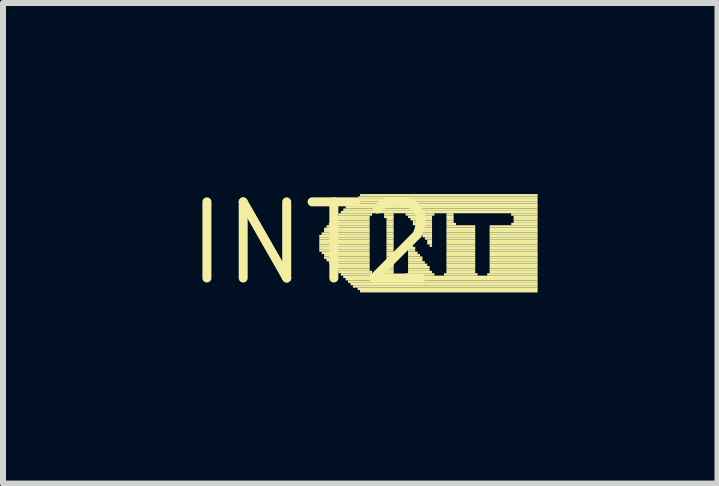
<source format=kicad_pcb>
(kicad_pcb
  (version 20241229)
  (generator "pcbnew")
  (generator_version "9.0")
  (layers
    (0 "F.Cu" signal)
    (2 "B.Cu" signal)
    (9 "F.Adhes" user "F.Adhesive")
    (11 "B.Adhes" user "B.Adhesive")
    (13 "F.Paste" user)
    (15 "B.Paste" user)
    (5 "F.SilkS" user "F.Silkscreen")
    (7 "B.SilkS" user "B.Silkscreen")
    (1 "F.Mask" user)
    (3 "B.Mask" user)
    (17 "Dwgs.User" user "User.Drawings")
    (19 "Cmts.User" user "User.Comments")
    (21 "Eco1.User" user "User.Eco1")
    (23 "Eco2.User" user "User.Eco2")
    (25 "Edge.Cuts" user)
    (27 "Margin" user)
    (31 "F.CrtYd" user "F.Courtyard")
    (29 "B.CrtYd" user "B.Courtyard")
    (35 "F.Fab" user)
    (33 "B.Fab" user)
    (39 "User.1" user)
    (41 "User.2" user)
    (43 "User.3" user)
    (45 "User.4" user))
  (footprint "INT2"
    (layer "F.Cu")
    (at 2.154 1.006)
    (property "Reference" "INT2" (at 0 0 0) (layer "F.SilkS") (effects (font (size 1.27 1.27) (thickness 0.15))))
    (fp_poly (pts (xy 0.12 -0.1) (xy 0.96 -0.1) (xy 0.96 -0.14) (xy 0.12 -0.14)) (stroke (width 0) (type solid)) (fill yes) (layer "F.SilkS"))
    (fp_poly (pts (xy 0.12 -0.06) (xy 0.96 -0.06) (xy 0.96 -0.1) (xy 0.12 -0.1)) (stroke (width 0) (type solid)) (fill yes) (layer "F.SilkS"))
    (fp_poly (pts (xy 0.12 -0.02) (xy 0.96 -0.02) (xy 0.96 -0.06) (xy 0.12 -0.06)) (stroke (width 0) (type solid)) (fill yes) (layer "F.SilkS"))
    (fp_poly (pts (xy 0.12 0.02) (xy 0.96 0.02) (xy 0.96 -0.02) (xy 0.12 -0.02)) (stroke (width 0) (type solid)) (fill yes) (layer "F.SilkS"))
    (fp_poly (pts (xy 0.12 0.06) (xy 0.96 0.06) (xy 0.96 0.02) (xy 0.12 0.02)) (stroke (width 0) (type solid)) (fill yes) (layer "F.SilkS"))
    (fp_poly (pts (xy 0.12 0.1) (xy 0.96 0.1) (xy 0.96 0.06) (xy 0.12 0.06)) (stroke (width 0) (type solid)) (fill yes) (layer "F.SilkS"))
    (fp_poly (pts (xy 0.12 0.14) (xy 0.96 0.14) (xy 0.96 0.1) (xy 0.12 0.1)) (stroke (width 0) (type solid)) (fill yes) (layer "F.SilkS"))
    (fp_poly (pts (xy 0.16 -0.14) (xy 0.96 -0.14) (xy 0.96 -0.18) (xy 0.16 -0.18)) (stroke (width 0) (type solid)) (fill yes) (layer "F.SilkS"))
    (fp_poly (pts (xy 0.16 0.18) (xy 0.96 0.18) (xy 0.96 0.14) (xy 0.16 0.14)) (stroke (width 0) (type solid)) (fill yes) (layer "F.SilkS"))
    (fp_poly (pts (xy 0.2 -0.22) (xy 0.96 -0.22) (xy 0.96 -0.26) (xy 0.2 -0.26)) (stroke (width 0) (type solid)) (fill yes) (layer "F.SilkS"))
    (fp_poly (pts (xy 0.2 -0.18) (xy 0.96 -0.18) (xy 0.96 -0.22) (xy 0.2 -0.22)) (stroke (width 0) (type solid)) (fill yes) (layer "F.SilkS"))
    (fp_poly (pts (xy 0.2 0.22) (xy 0.96 0.22) (xy 0.96 0.18) (xy 0.2 0.18)) (stroke (width 0) (type solid)) (fill yes) (layer "F.SilkS"))
    (fp_poly (pts (xy 0.2 0.26) (xy 0.96 0.26) (xy 0.96 0.22) (xy 0.2 0.22)) (stroke (width 0) (type solid)) (fill yes) (layer "F.SilkS"))
    (fp_poly (pts (xy 0.24 -0.26) (xy 0.96 -0.26) (xy 0.96 -0.3) (xy 0.24 -0.3)) (stroke (width 0) (type solid)) (fill yes) (layer "F.SilkS"))
    (fp_poly (pts (xy 0.24 0.3) (xy 0.96 0.3) (xy 0.96 0.26) (xy 0.24 0.26)) (stroke (width 0) (type solid)) (fill yes) (layer "F.SilkS"))
    (fp_poly (pts (xy 0.28 -0.3) (xy 0.96 -0.3) (xy 0.96 -0.34) (xy 0.28 -0.34)) (stroke (width 0) (type solid)) (fill yes) (layer "F.SilkS"))
    (fp_poly (pts (xy 0.28 0.34) (xy 0.96 0.34) (xy 0.96 0.3) (xy 0.28 0.3)) (stroke (width 0) (type solid)) (fill yes) (layer "F.SilkS"))
    (fp_poly (pts (xy 0.32 -0.34) (xy 0.96 -0.34) (xy 0.96 -0.38) (xy 0.32 -0.38)) (stroke (width 0) (type solid)) (fill yes) (layer "F.SilkS"))
    (fp_poly (pts (xy 0.32 0.38) (xy 0.96 0.38) (xy 0.96 0.34) (xy 0.32 0.34)) (stroke (width 0) (type solid)) (fill yes) (layer "F.SilkS"))
    (fp_poly (pts (xy 0.36 -0.38) (xy 0.96 -0.38) (xy 0.96 -0.42) (xy 0.36 -0.42)) (stroke (width 0) (type solid)) (fill yes) (layer "F.SilkS"))
    (fp_poly (pts (xy 0.36 0.42) (xy 0.96 0.42) (xy 0.96 0.38) (xy 0.36 0.38)) (stroke (width 0) (type solid)) (fill yes) (layer "F.SilkS"))
    (fp_poly (pts (xy 0.4 -0.42) (xy 0.96 -0.42) (xy 0.96 -0.46) (xy 0.4 -0.46)) (stroke (width 0) (type solid)) (fill yes) (layer "F.SilkS"))
    (fp_poly (pts (xy 0.4 0.46) (xy 0.96 0.46) (xy 0.96 0.42) (xy 0.4 0.42)) (stroke (width 0) (type solid)) (fill yes) (layer "F.SilkS"))
    (fp_poly (pts (xy 0.44 -0.46) (xy 1 -0.46) (xy 1 -0.5) (xy 0.44 -0.5)) (stroke (width 0) (type solid)) (fill yes) (layer "F.SilkS"))
    (fp_poly (pts (xy 0.44 0.5) (xy 1 0.5) (xy 1 0.46) (xy 0.44 0.46)) (stroke (width 0) (type solid)) (fill yes) (layer "F.SilkS"))
    (fp_poly (pts (xy 0.48 -0.5) (xy 3.76 -0.5) (xy 3.76 -0.54) (xy 0.48 -0.54)) (stroke (width 0) (type solid)) (fill yes) (layer "F.SilkS"))
    (fp_poly (pts (xy 0.48 0.54) (xy 1 0.54) (xy 1 0.5) (xy 0.48 0.5)) (stroke (width 0) (type solid)) (fill yes) (layer "F.SilkS"))
    (fp_poly (pts (xy 0.52 -0.54) (xy 3.76 -0.54) (xy 3.76 -0.58) (xy 0.52 -0.58)) (stroke (width 0) (type solid)) (fill yes) (layer "F.SilkS"))
    (fp_poly (pts (xy 0.52 0.58) (xy 3.76 0.58) (xy 3.76 0.54) (xy 0.52 0.54)) (stroke (width 0) (type solid)) (fill yes) (layer "F.SilkS"))
    (fp_poly (pts (xy 0.56 -0.58) (xy 3.76 -0.58) (xy 3.76 -0.62) (xy 0.56 -0.62)) (stroke (width 0) (type solid)) (fill yes) (layer "F.SilkS"))
    (fp_poly (pts (xy 0.56 0.62) (xy 3.76 0.62) (xy 3.76 0.58) (xy 0.56 0.58)) (stroke (width 0) (type solid)) (fill yes) (layer "F.SilkS"))
    (fp_poly (pts (xy 0.6 -0.62) (xy 3.76 -0.62) (xy 3.76 -0.66) (xy 0.6 -0.66)) (stroke (width 0) (type solid)) (fill yes) (layer "F.SilkS"))
    (fp_poly (pts (xy 0.6 0.66) (xy 3.76 0.66) (xy 3.76 0.62) (xy 0.6 0.62)) (stroke (width 0) (type solid)) (fill yes) (layer "F.SilkS"))
    (fp_poly (pts (xy 0.64 -0.66) (xy 3.76 -0.66) (xy 3.76 -0.7) (xy 0.64 -0.7)) (stroke (width 0) (type solid)) (fill yes) (layer "F.SilkS"))
    (fp_poly (pts (xy 0.64 0.7) (xy 3.76 0.7) (xy 3.76 0.66) (xy 0.64 0.66)) (stroke (width 0) (type solid)) (fill yes) (layer "F.SilkS"))
    (fp_poly (pts (xy 0.68 -0.7) (xy 3.76 -0.7) (xy 3.76 -0.74) (xy 0.68 -0.74)) (stroke (width 0) (type solid)) (fill yes) (layer "F.SilkS"))
    (fp_poly (pts (xy 0.68 0.74) (xy 3.76 0.74) (xy 3.76 0.7) (xy 0.68 0.7)) (stroke (width 0) (type solid)) (fill yes) (layer "F.SilkS"))
    (fp_poly (pts (xy 0.76 -0.74) (xy 3.76 -0.74) (xy 3.76 -0.78) (xy 0.76 -0.78)) (stroke (width 0) (type solid)) (fill yes) (layer "F.SilkS"))
    (fp_poly (pts (xy 0.76 0.78) (xy 3.76 0.78) (xy 3.76 0.74) (xy 0.76 0.74)) (stroke (width 0) (type solid)) (fill yes) (layer "F.SilkS"))
    (fp_poly (pts (xy 0.8 -0.78) (xy 3.76 -0.78) (xy 3.76 -0.82) (xy 0.8 -0.82)) (stroke (width 0) (type solid)) (fill yes) (layer "F.SilkS"))
    (fp_poly (pts (xy 0.8 0.82) (xy 3.76 0.82) (xy 3.76 0.78) (xy 0.8 0.78)) (stroke (width 0) (type solid)) (fill yes) (layer "F.SilkS"))
    (fp_poly (pts (xy 1.2 -0.46) (xy 1.36 -0.46) (xy 1.36 -0.5) (xy 1.2 -0.5)) (stroke (width 0) (type solid)) (fill yes) (layer "F.SilkS"))
    (fp_poly (pts (xy 1.2 -0.42) (xy 1.36 -0.42) (xy 1.36 -0.46) (xy 1.2 -0.46)) (stroke (width 0) (type solid)) (fill yes) (layer "F.SilkS"))
    (fp_poly (pts (xy 1.2 0.5) (xy 1.36 0.5) (xy 1.36 0.46) (xy 1.2 0.46)) (stroke (width 0) (type solid)) (fill yes) (layer "F.SilkS"))
    (fp_poly (pts (xy 1.2 0.54) (xy 1.36 0.54) (xy 1.36 0.5) (xy 1.2 0.5)) (stroke (width 0) (type solid)) (fill yes) (layer "F.SilkS"))
    (fp_poly (pts (xy 1.24 -0.38) (xy 1.36 -0.38) (xy 1.36 -0.42) (xy 1.24 -0.42)) (stroke (width 0) (type solid)) (fill yes) (layer "F.SilkS"))
    (fp_poly (pts (xy 1.24 -0.34) (xy 1.36 -0.34) (xy 1.36 -0.38) (xy 1.24 -0.38)) (stroke (width 0) (type solid)) (fill yes) (layer "F.SilkS"))
    (fp_poly (pts (xy 1.24 -0.3) (xy 1.36 -0.3) (xy 1.36 -0.34) (xy 1.24 -0.34)) (stroke (width 0) (type solid)) (fill yes) (layer "F.SilkS"))
    (fp_poly (pts (xy 1.24 -0.26) (xy 1.36 -0.26) (xy 1.36 -0.3) (xy 1.24 -0.3)) (stroke (width 0) (type solid)) (fill yes) (layer "F.SilkS"))
    (fp_poly (pts (xy 1.24 -0.22) (xy 1.36 -0.22) (xy 1.36 -0.26) (xy 1.24 -0.26)) (stroke (width 0) (type solid)) (fill yes) (layer "F.SilkS"))
    (fp_poly (pts (xy 1.24 -0.18) (xy 1.36 -0.18) (xy 1.36 -0.22) (xy 1.24 -0.22)) (stroke (width 0) (type solid)) (fill yes) (layer "F.SilkS"))
    (fp_poly (pts (xy 1.24 -0.14) (xy 1.36 -0.14) (xy 1.36 -0.18) (xy 1.24 -0.18)) (stroke (width 0) (type solid)) (fill yes) (layer "F.SilkS"))
    (fp_poly (pts (xy 1.24 -0.1) (xy 1.36 -0.1) (xy 1.36 -0.14) (xy 1.24 -0.14)) (stroke (width 0) (type solid)) (fill yes) (layer "F.SilkS"))
    (fp_poly (pts (xy 1.24 -0.06) (xy 1.36 -0.06) (xy 1.36 -0.1) (xy 1.24 -0.1)) (stroke (width 0) (type solid)) (fill yes) (layer "F.SilkS"))
    (fp_poly (pts (xy 1.24 -0.02) (xy 1.36 -0.02) (xy 1.36 -0.06) (xy 1.24 -0.06)) (stroke (width 0) (type solid)) (fill yes) (layer "F.SilkS"))
    (fp_poly (pts (xy 1.24 0.02) (xy 1.36 0.02) (xy 1.36 -0.02) (xy 1.24 -0.02)) (stroke (width 0) (type solid)) (fill yes) (layer "F.SilkS"))
    (fp_poly (pts (xy 1.24 0.06) (xy 1.36 0.06) (xy 1.36 0.02) (xy 1.24 0.02)) (stroke (width 0) (type solid)) (fill yes) (layer "F.SilkS"))
    (fp_poly (pts (xy 1.24 0.1) (xy 1.36 0.1) (xy 1.36 0.06) (xy 1.24 0.06)) (stroke (width 0) (type solid)) (fill yes) (layer "F.SilkS"))
    (fp_poly (pts (xy 1.24 0.14) (xy 1.36 0.14) (xy 1.36 0.1) (xy 1.24 0.1)) (stroke (width 0) (type solid)) (fill yes) (layer "F.SilkS"))
    (fp_poly (pts (xy 1.24 0.18) (xy 1.36 0.18) (xy 1.36 0.14) (xy 1.24 0.14)) (stroke (width 0) (type solid)) (fill yes) (layer "F.SilkS"))
    (fp_poly (pts (xy 1.24 0.22) (xy 1.36 0.22) (xy 1.36 0.18) (xy 1.24 0.18)) (stroke (width 0) (type solid)) (fill yes) (layer "F.SilkS"))
    (fp_poly (pts (xy 1.24 0.26) (xy 1.36 0.26) (xy 1.36 0.22) (xy 1.24 0.22)) (stroke (width 0) (type solid)) (fill yes) (layer "F.SilkS"))
    (fp_poly (pts (xy 1.24 0.3) (xy 1.36 0.3) (xy 1.36 0.26) (xy 1.24 0.26)) (stroke (width 0) (type solid)) (fill yes) (layer "F.SilkS"))
    (fp_poly (pts (xy 1.24 0.34) (xy 1.36 0.34) (xy 1.36 0.3) (xy 1.24 0.3)) (stroke (width 0) (type solid)) (fill yes) (layer "F.SilkS"))
    (fp_poly (pts (xy 1.24 0.38) (xy 1.36 0.38) (xy 1.36 0.34) (xy 1.24 0.34)) (stroke (width 0) (type solid)) (fill yes) (layer "F.SilkS"))
    (fp_poly (pts (xy 1.24 0.42) (xy 1.36 0.42) (xy 1.36 0.38) (xy 1.24 0.38)) (stroke (width 0) (type solid)) (fill yes) (layer "F.SilkS"))
    (fp_poly (pts (xy 1.24 0.46) (xy 1.36 0.46) (xy 1.36 0.42) (xy 1.24 0.42)) (stroke (width 0) (type solid)) (fill yes) (layer "F.SilkS"))
    (fp_poly (pts (xy 1.56 -0.46) (xy 2.04 -0.46) (xy 2.04 -0.5) (xy 1.56 -0.5)) (stroke (width 0) (type solid)) (fill yes) (layer "F.SilkS"))
    (fp_poly (pts (xy 1.56 0.54) (xy 2.04 0.54) (xy 2.04 0.5) (xy 1.56 0.5)) (stroke (width 0) (type solid)) (fill yes) (layer "F.SilkS"))
    (fp_poly (pts (xy 1.6 -0.42) (xy 2 -0.42) (xy 2 -0.46) (xy 1.6 -0.46)) (stroke (width 0) (type solid)) (fill yes) (layer "F.SilkS"))
    (fp_poly (pts (xy 1.6 0.02) (xy 1.64 0.02) (xy 1.64 -0.02) (xy 1.6 -0.02)) (stroke (width 0) (type solid)) (fill yes) (layer "F.SilkS"))
    (fp_poly (pts (xy 1.6 0.06) (xy 1.68 0.06) (xy 1.68 0.02) (xy 1.6 0.02)) (stroke (width 0) (type solid)) (fill yes) (layer "F.SilkS"))
    (fp_poly (pts (xy 1.6 0.1) (xy 1.72 0.1) (xy 1.72 0.06) (xy 1.6 0.06)) (stroke (width 0) (type solid)) (fill yes) (layer "F.SilkS"))
    (fp_poly (pts (xy 1.6 0.14) (xy 1.72 0.14) (xy 1.72 0.1) (xy 1.6 0.1)) (stroke (width 0) (type solid)) (fill yes) (layer "F.SilkS"))
    (fp_poly (pts (xy 1.6 0.18) (xy 1.76 0.18) (xy 1.76 0.14) (xy 1.6 0.14)) (stroke (width 0) (type solid)) (fill yes) (layer "F.SilkS"))
    (fp_poly (pts (xy 1.6 0.22) (xy 1.8 0.22) (xy 1.8 0.18) (xy 1.6 0.18)) (stroke (width 0) (type solid)) (fill yes) (layer "F.SilkS"))
    (fp_poly (pts (xy 1.6 0.26) (xy 1.84 0.26) (xy 1.84 0.22) (xy 1.6 0.22)) (stroke (width 0) (type solid)) (fill yes) (layer "F.SilkS"))
    (fp_poly (pts (xy 1.6 0.3) (xy 1.84 0.3) (xy 1.84 0.26) (xy 1.6 0.26)) (stroke (width 0) (type solid)) (fill yes) (layer "F.SilkS"))
    (fp_poly (pts (xy 1.6 0.34) (xy 1.88 0.34) (xy 1.88 0.3) (xy 1.6 0.3)) (stroke (width 0) (type solid)) (fill yes) (layer "F.SilkS"))
    (fp_poly (pts (xy 1.6 0.38) (xy 1.92 0.38) (xy 1.92 0.34) (xy 1.6 0.34)) (stroke (width 0) (type solid)) (fill yes) (layer "F.SilkS"))
    (fp_poly (pts (xy 1.6 0.42) (xy 1.96 0.42) (xy 1.96 0.38) (xy 1.6 0.38)) (stroke (width 0) (type solid)) (fill yes) (layer "F.SilkS"))
    (fp_poly (pts (xy 1.6 0.46) (xy 1.96 0.46) (xy 1.96 0.42) (xy 1.6 0.42)) (stroke (width 0) (type solid)) (fill yes) (layer "F.SilkS"))
    (fp_poly (pts (xy 1.6 0.5) (xy 2 0.5) (xy 2 0.46) (xy 1.6 0.46)) (stroke (width 0) (type solid)) (fill yes) (layer "F.SilkS"))
    (fp_poly (pts (xy 1.64 -0.38) (xy 2 -0.38) (xy 2 -0.42) (xy 1.64 -0.42)) (stroke (width 0) (type solid)) (fill yes) (layer "F.SilkS"))
    (fp_poly (pts (xy 1.68 -0.34) (xy 2 -0.34) (xy 2 -0.38) (xy 1.68 -0.38)) (stroke (width 0) (type solid)) (fill yes) (layer "F.SilkS"))
    (fp_poly (pts (xy 1.68 -0.3) (xy 2 -0.3) (xy 2 -0.34) (xy 1.68 -0.34)) (stroke (width 0) (type solid)) (fill yes) (layer "F.SilkS"))
    (fp_poly (pts (xy 1.72 -0.26) (xy 2 -0.26) (xy 2 -0.3) (xy 1.72 -0.3)) (stroke (width 0) (type solid)) (fill yes) (layer "F.SilkS"))
    (fp_poly (pts (xy 1.76 -0.22) (xy 2 -0.22) (xy 2 -0.26) (xy 1.76 -0.26)) (stroke (width 0) (type solid)) (fill yes) (layer "F.SilkS"))
    (fp_poly (pts (xy 1.8 -0.18) (xy 2 -0.18) (xy 2 -0.22) (xy 1.8 -0.22)) (stroke (width 0) (type solid)) (fill yes) (layer "F.SilkS"))
    (fp_poly (pts (xy 1.8 -0.14) (xy 2 -0.14) (xy 2 -0.18) (xy 1.8 -0.18)) (stroke (width 0) (type solid)) (fill yes) (layer "F.SilkS"))
    (fp_poly (pts (xy 1.84 -0.1) (xy 2 -0.1) (xy 2 -0.14) (xy 1.84 -0.14)) (stroke (width 0) (type solid)) (fill yes) (layer "F.SilkS"))
    (fp_poly (pts (xy 1.88 -0.06) (xy 2 -0.06) (xy 2 -0.1) (xy 1.88 -0.1)) (stroke (width 0) (type solid)) (fill yes) (layer "F.SilkS"))
    (fp_poly (pts (xy 1.92 -0.02) (xy 2 -0.02) (xy 2 -0.06) (xy 1.92 -0.06)) (stroke (width 0) (type solid)) (fill yes) (layer "F.SilkS"))
    (fp_poly (pts (xy 1.92 0.02) (xy 2 0.02) (xy 2 -0.02) (xy 1.92 -0.02)) (stroke (width 0) (type solid)) (fill yes) (layer "F.SilkS"))
    (fp_poly (pts (xy 1.96 0.06) (xy 2 0.06) (xy 2 0.02) (xy 1.96 0.02)) (stroke (width 0) (type solid)) (fill yes) (layer "F.SilkS"))
    (fp_poly (pts (xy 2.2 0.54) (xy 2.76 0.54) (xy 2.76 0.5) (xy 2.2 0.5)) (stroke (width 0) (type solid)) (fill yes) (layer "F.SilkS"))
    (fp_poly (pts (xy 2.24 -0.46) (xy 2.36 -0.46) (xy 2.36 -0.5) (xy 2.24 -0.5)) (stroke (width 0) (type solid)) (fill yes) (layer "F.SilkS"))
    (fp_poly (pts (xy 2.24 -0.42) (xy 2.36 -0.42) (xy 2.36 -0.46) (xy 2.24 -0.46)) (stroke (width 0) (type solid)) (fill yes) (layer "F.SilkS"))
    (fp_poly (pts (xy 2.24 -0.38) (xy 2.36 -0.38) (xy 2.36 -0.42) (xy 2.24 -0.42)) (stroke (width 0) (type solid)) (fill yes) (layer "F.SilkS"))
    (fp_poly (pts (xy 2.24 -0.34) (xy 2.36 -0.34) (xy 2.36 -0.38) (xy 2.24 -0.38)) (stroke (width 0) (type solid)) (fill yes) (layer "F.SilkS"))
    (fp_poly (pts (xy 2.24 -0.3) (xy 2.4 -0.3) (xy 2.4 -0.34) (xy 2.24 -0.34)) (stroke (width 0) (type solid)) (fill yes) (layer "F.SilkS"))
    (fp_poly (pts (xy 2.24 -0.26) (xy 2.72 -0.26) (xy 2.72 -0.3) (xy 2.24 -0.3)) (stroke (width 0) (type solid)) (fill yes) (layer "F.SilkS"))
    (fp_poly (pts (xy 2.24 -0.22) (xy 2.72 -0.22) (xy 2.72 -0.26) (xy 2.24 -0.26)) (stroke (width 0) (type solid)) (fill yes) (layer "F.SilkS"))
    (fp_poly (pts (xy 2.24 -0.18) (xy 2.72 -0.18) (xy 2.72 -0.22) (xy 2.24 -0.22)) (stroke (width 0) (type solid)) (fill yes) (layer "F.SilkS"))
    (fp_poly (pts (xy 2.24 -0.14) (xy 2.72 -0.14) (xy 2.72 -0.18) (xy 2.24 -0.18)) (stroke (width 0) (type solid)) (fill yes) (layer "F.SilkS"))
    (fp_poly (pts (xy 2.24 -0.1) (xy 2.72 -0.1) (xy 2.72 -0.14) (xy 2.24 -0.14)) (stroke (width 0) (type solid)) (fill yes) (layer "F.SilkS"))
    (fp_poly (pts (xy 2.24 -0.06) (xy 2.72 -0.06) (xy 2.72 -0.1) (xy 2.24 -0.1)) (stroke (width 0) (type solid)) (fill yes) (layer "F.SilkS"))
    (fp_poly (pts (xy 2.24 -0.02) (xy 2.72 -0.02) (xy 2.72 -0.06) (xy 2.24 -0.06)) (stroke (width 0) (type solid)) (fill yes) (layer "F.SilkS"))
    (fp_poly (pts (xy 2.24 0.02) (xy 2.72 0.02) (xy 2.72 -0.02) (xy 2.24 -0.02)) (stroke (width 0) (type solid)) (fill yes) (layer "F.SilkS"))
    (fp_poly (pts (xy 2.24 0.06) (xy 2.72 0.06) (xy 2.72 0.02) (xy 2.24 0.02)) (stroke (width 0) (type solid)) (fill yes) (layer "F.SilkS"))
    (fp_poly (pts (xy 2.24 0.1) (xy 2.72 0.1) (xy 2.72 0.06) (xy 2.24 0.06)) (stroke (width 0) (type solid)) (fill yes) (layer "F.SilkS"))
    (fp_poly (pts (xy 2.24 0.14) (xy 2.72 0.14) (xy 2.72 0.1) (xy 2.24 0.1)) (stroke (width 0) (type solid)) (fill yes) (layer "F.SilkS"))
    (fp_poly (pts (xy 2.24 0.18) (xy 2.72 0.18) (xy 2.72 0.14) (xy 2.24 0.14)) (stroke (width 0) (type solid)) (fill yes) (layer "F.SilkS"))
    (fp_poly (pts (xy 2.24 0.22) (xy 2.72 0.22) (xy 2.72 0.18) (xy 2.24 0.18)) (stroke (width 0) (type solid)) (fill yes) (layer "F.SilkS"))
    (fp_poly (pts (xy 2.24 0.26) (xy 2.72 0.26) (xy 2.72 0.22) (xy 2.24 0.22)) (stroke (width 0) (type solid)) (fill yes) (layer "F.SilkS"))
    (fp_poly (pts (xy 2.24 0.3) (xy 2.72 0.3) (xy 2.72 0.26) (xy 2.24 0.26)) (stroke (width 0) (type solid)) (fill yes) (layer "F.SilkS"))
    (fp_poly (pts (xy 2.24 0.34) (xy 2.72 0.34) (xy 2.72 0.3) (xy 2.24 0.3)) (stroke (width 0) (type solid)) (fill yes) (layer "F.SilkS"))
    (fp_poly (pts (xy 2.24 0.38) (xy 2.72 0.38) (xy 2.72 0.34) (xy 2.24 0.34)) (stroke (width 0) (type solid)) (fill yes) (layer "F.SilkS"))
    (fp_poly (pts (xy 2.24 0.42) (xy 2.72 0.42) (xy 2.72 0.38) (xy 2.24 0.38)) (stroke (width 0) (type solid)) (fill yes) (layer "F.SilkS"))
    (fp_poly (pts (xy 2.24 0.46) (xy 2.72 0.46) (xy 2.72 0.42) (xy 2.24 0.42)) (stroke (width 0) (type solid)) (fill yes) (layer "F.SilkS"))
    (fp_poly (pts (xy 2.24 0.5) (xy 2.72 0.5) (xy 2.72 0.46) (xy 2.24 0.46)) (stroke (width 0) (type solid)) (fill yes) (layer "F.SilkS"))
    (fp_poly (pts (xy 2.92 0.54) (xy 3.76 0.54) (xy 3.76 0.5) (xy 2.92 0.5)) (stroke (width 0) (type solid)) (fill yes) (layer "F.SilkS"))
    (fp_poly (pts (xy 2.96 -0.26) (xy 3.76 -0.26) (xy 3.76 -0.3) (xy 2.96 -0.3)) (stroke (width 0) (type solid)) (fill yes) (layer "F.SilkS"))
    (fp_poly (pts (xy 2.96 -0.22) (xy 3.76 -0.22) (xy 3.76 -0.26) (xy 2.96 -0.26)) (stroke (width 0) (type solid)) (fill yes) (layer "F.SilkS"))
    (fp_poly (pts (xy 2.96 -0.18) (xy 3.76 -0.18) (xy 3.76 -0.22) (xy 2.96 -0.22)) (stroke (width 0) (type solid)) (fill yes) (layer "F.SilkS"))
    (fp_poly (pts (xy 2.96 -0.14) (xy 3.76 -0.14) (xy 3.76 -0.18) (xy 2.96 -0.18)) (stroke (width 0) (type solid)) (fill yes) (layer "F.SilkS"))
    (fp_poly (pts (xy 2.96 -0.1) (xy 3.76 -0.1) (xy 3.76 -0.14) (xy 2.96 -0.14)) (stroke (width 0) (type solid)) (fill yes) (layer "F.SilkS"))
    (fp_poly (pts (xy 2.96 -0.06) (xy 3.76 -0.06) (xy 3.76 -0.1) (xy 2.96 -0.1)) (stroke (width 0) (type solid)) (fill yes) (layer "F.SilkS"))
    (fp_poly (pts (xy 2.96 -0.02) (xy 3.76 -0.02) (xy 3.76 -0.06) (xy 2.96 -0.06)) (stroke (width 0) (type solid)) (fill yes) (layer "F.SilkS"))
    (fp_poly (pts (xy 2.96 0.02) (xy 3.76 0.02) (xy 3.76 -0.02) (xy 2.96 -0.02)) (stroke (width 0) (type solid)) (fill yes) (layer "F.SilkS"))
    (fp_poly (pts (xy 2.96 0.06) (xy 3.76 0.06) (xy 3.76 0.02) (xy 2.96 0.02)) (stroke (width 0) (type solid)) (fill yes) (layer "F.SilkS"))
    (fp_poly (pts (xy 2.96 0.1) (xy 3.76 0.1) (xy 3.76 0.06) (xy 2.96 0.06)) (stroke (width 0) (type solid)) (fill yes) (layer "F.SilkS"))
    (fp_poly (pts (xy 2.96 0.14) (xy 3.76 0.14) (xy 3.76 0.1) (xy 2.96 0.1)) (stroke (width 0) (type solid)) (fill yes) (layer "F.SilkS"))
    (fp_poly (pts (xy 2.96 0.18) (xy 3.76 0.18) (xy 3.76 0.14) (xy 2.96 0.14)) (stroke (width 0) (type solid)) (fill yes) (layer "F.SilkS"))
    (fp_poly (pts (xy 2.96 0.22) (xy 3.76 0.22) (xy 3.76 0.18) (xy 2.96 0.18)) (stroke (width 0) (type solid)) (fill yes) (layer "F.SilkS"))
    (fp_poly (pts (xy 2.96 0.26) (xy 3.76 0.26) (xy 3.76 0.22) (xy 2.96 0.22)) (stroke (width 0) (type solid)) (fill yes) (layer "F.SilkS"))
    (fp_poly (pts (xy 2.96 0.3) (xy 3.76 0.3) (xy 3.76 0.26) (xy 2.96 0.26)) (stroke (width 0) (type solid)) (fill yes) (layer "F.SilkS"))
    (fp_poly (pts (xy 2.96 0.34) (xy 3.76 0.34) (xy 3.76 0.3) (xy 2.96 0.3)) (stroke (width 0) (type solid)) (fill yes) (layer "F.SilkS"))
    (fp_poly (pts (xy 2.96 0.38) (xy 3.76 0.38) (xy 3.76 0.34) (xy 2.96 0.34)) (stroke (width 0) (type solid)) (fill yes) (layer "F.SilkS"))
    (fp_poly (pts (xy 2.96 0.42) (xy 3.76 0.42) (xy 3.76 0.38) (xy 2.96 0.38)) (stroke (width 0) (type solid)) (fill yes) (layer "F.SilkS"))
    (fp_poly (pts (xy 2.96 0.46) (xy 3.76 0.46) (xy 3.76 0.42) (xy 2.96 0.42)) (stroke (width 0) (type solid)) (fill yes) (layer "F.SilkS"))
    (fp_poly (pts (xy 2.96 0.5) (xy 3.76 0.5) (xy 3.76 0.46) (xy 2.96 0.46)) (stroke (width 0) (type solid)) (fill yes) (layer "F.SilkS"))
    (fp_poly (pts (xy 3.32 -0.46) (xy 3.76 -0.46) (xy 3.76 -0.5) (xy 3.32 -0.5)) (stroke (width 0) (type solid)) (fill yes) (layer "F.SilkS"))
    (fp_poly (pts (xy 3.32 -0.3) (xy 3.76 -0.3) (xy 3.76 -0.34) (xy 3.32 -0.34)) (stroke (width 0) (type solid)) (fill yes) (layer "F.SilkS"))
    (fp_poly (pts (xy 3.36 -0.42) (xy 3.76 -0.42) (xy 3.76 -0.46) (xy 3.36 -0.46)) (stroke (width 0) (type solid)) (fill yes) (layer "F.SilkS"))
    (fp_poly (pts (xy 3.36 -0.38) (xy 3.76 -0.38) (xy 3.76 -0.42) (xy 3.36 -0.42)) (stroke (width 0) (type solid)) (fill yes) (layer "F.SilkS"))
    (fp_poly (pts (xy 3.36 -0.34) (xy 3.76 -0.34) (xy 3.76 -0.38) (xy 3.36 -0.38)) (stroke (width 0) (type solid)) (fill yes) (layer "F.SilkS")))
  (gr_rect
    (start -3 -3)
    (end 8.914 5.012)
    (stroke (width 0.1) (type default))
    (fill no)
    (layer "Edge.Cuts")))
</source>
